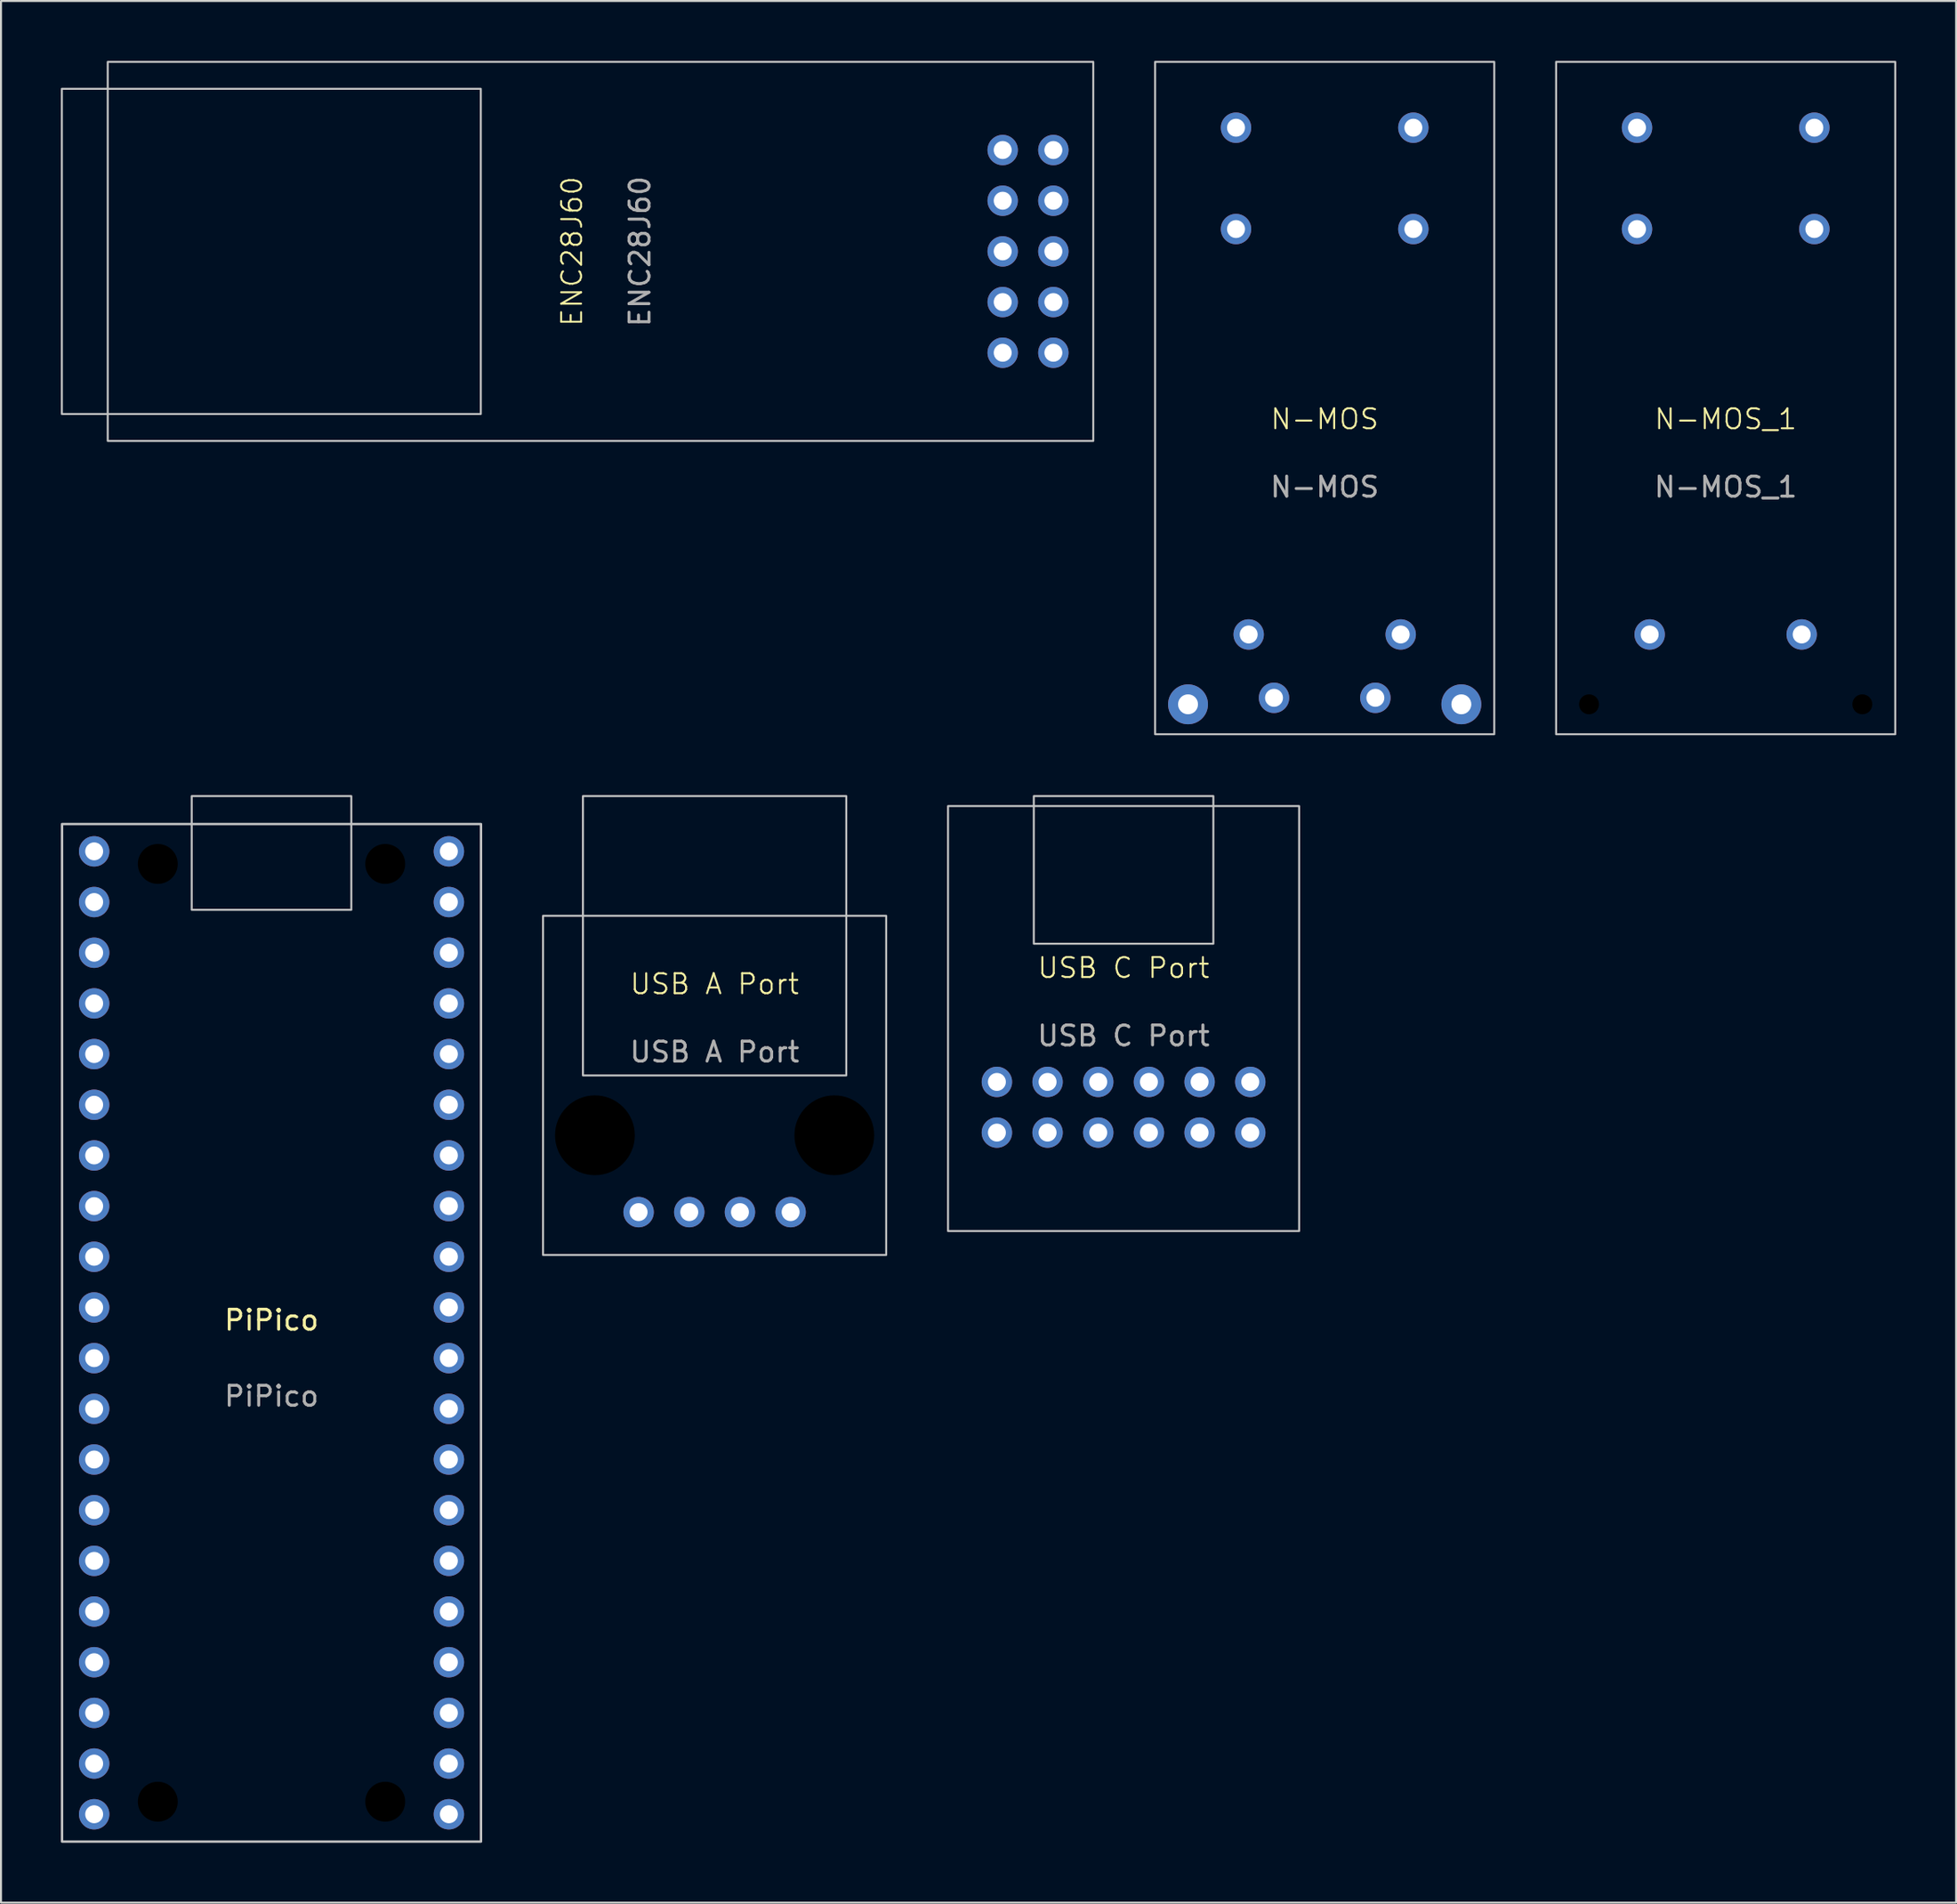
<source format=kicad_pcb>
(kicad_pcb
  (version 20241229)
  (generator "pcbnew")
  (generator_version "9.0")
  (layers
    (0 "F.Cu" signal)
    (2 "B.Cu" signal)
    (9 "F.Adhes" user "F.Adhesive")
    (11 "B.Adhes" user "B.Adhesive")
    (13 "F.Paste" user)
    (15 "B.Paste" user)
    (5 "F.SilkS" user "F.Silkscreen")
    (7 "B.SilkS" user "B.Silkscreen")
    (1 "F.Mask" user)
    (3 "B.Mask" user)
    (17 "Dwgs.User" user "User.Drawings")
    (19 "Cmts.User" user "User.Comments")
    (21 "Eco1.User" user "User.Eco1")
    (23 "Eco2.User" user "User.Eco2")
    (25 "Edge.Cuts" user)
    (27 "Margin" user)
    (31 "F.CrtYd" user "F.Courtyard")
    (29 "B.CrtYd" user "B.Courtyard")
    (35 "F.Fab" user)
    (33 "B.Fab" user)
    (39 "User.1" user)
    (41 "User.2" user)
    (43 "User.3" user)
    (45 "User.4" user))
  (footprint "USB C Port"
    (layer "F.Cu")
    (at 53.27 48)
    (property "Reference" "USB C Port" (at 0 -2.54 0) (unlocked yes) (layer "F.SilkS") (effects (font (size 1 1) (thickness 0.1))))
    (attr through_hole)
    (fp_rect (start -8.8 -10.65) (end 8.8 10.65) (stroke (width 0.1) (type default)) (fill no) (layer "Dwgs.User"))
    (fp_rect (start -4.5 -11.15) (end 4.5 -3.75) (stroke (width 0.1) (type default)) (fill no) (layer "Dwgs.User"))
    (fp_text user "${REFERENCE}" (at 0 0.865 0) (unlocked yes) (layer "F.Fab") (effects (font (size 1 1) (thickness 0.15))))
    (pad "A1" thru_hole circle (at -6.35 3.175) (size 1.524 1.524) (drill 0.9) (layers "*.Cu" "*.Mask"))
    (pad "A1" thru_hole circle (at -6.35 5.715) (size 1.524 1.524) (drill 0.9) (layers "*.Cu" "*.Mask"))
    (pad "A4" thru_hole circle (at 6.35 3.175) (size 1.524 1.524) (drill 0.9) (layers "*.Cu" "*.Mask"))
    (pad "A4" thru_hole circle (at 6.35 5.715) (size 1.524 1.524) (drill 0.9) (layers "*.Cu" "*.Mask"))
    (pad "A5" thru_hole circle (at 3.81 3.175) (size 1.524 1.524) (drill 0.9) (layers "*.Cu" "*.Mask"))
    (pad "A6" thru_hole circle (at 1.27 3.175) (size 1.524 1.524) (drill 0.9) (layers "*.Cu" "*.Mask"))
    (pad "A7" thru_hole circle (at -1.27 3.175) (size 1.524 1.524) (drill 0.9) (layers "*.Cu" "*.Mask"))
    (pad "A8" thru_hole circle (at -3.81 3.175) (size 1.524 1.524) (drill 0.9) (layers "*.Cu" "*.Mask"))
    (pad "B5" thru_hole circle (at -3.81 5.715) (size 1.524 1.524) (drill 0.9) (layers "*.Cu" "*.Mask"))
    (pad "B6" thru_hole circle (at -1.27 5.715) (size 1.524 1.524) (drill 0.9) (layers "*.Cu" "*.Mask"))
    (pad "B7" thru_hole circle (at 1.27 5.715) (size 1.524 1.524) (drill 0.9) (layers "*.Cu" "*.Mask"))
    (pad "B8" thru_hole circle (at 3.81 5.715) (size 1.524 1.524) (drill 0.9) (layers "*.Cu" "*.Mask")))
  (footprint "PiPico"
    (layer "F.Cu")
    (at 10.56 63.75)
    (property "Reference" "PiPico" (at 0 -0.635 0) (unlocked yes) (layer "F.SilkS") (effects (font (size 1 1) (thickness 0.15))))
    (attr through_hole)
    (fp_rect (start -10.5 -25.5) (end 10.5 25.5) (stroke (width 0.12) (type solid)) (fill no) (layer "Dwgs.User"))
    (fp_rect (start -4 -26.9) (end 4 -21.2) (stroke (width 0.1) (type default)) (fill no) (layer "Dwgs.User"))
    (fp_text user "${REFERENCE}" (at 0 3.175 0) (unlocked yes) (layer "F.Fab") (effects (font (size 1 1) (thickness 0.15))))
    (pad "" np_thru_hole circle (at -5.7 -23.5) (size 2.5 2.5) (drill 2) (layers "*.Mask"))
    (pad "" np_thru_hole circle (at -5.7 23.5) (size 2.5 2.5) (drill 2) (layers "*.Mask"))
    (pad "" np_thru_hole circle (at 5.7 -23.5) (size 2.5 2.5) (drill 2) (layers "*.Mask"))
    (pad "" np_thru_hole circle (at 5.7 23.5) (size 2.5 2.5) (drill 2) (layers "*.Mask"))
    (pad "1" thru_hole circle (at -8.89 -24.13) (size 1.524 1.524) (drill 0.9) (layers "*.Cu" "*.Mask"))
    (pad "2" thru_hole circle (at -8.89 -21.59) (size 1.524 1.524) (drill 0.9) (layers "*.Cu" "*.Mask"))
    (pad "3" thru_hole circle (at -8.89 -19.05) (size 1.524 1.524) (drill 0.9) (layers "*.Cu" "*.Mask"))
    (pad "4" thru_hole circle (at -8.89 -16.51) (size 1.524 1.524) (drill 0.9) (layers "*.Cu" "*.Mask"))
    (pad "5" thru_hole circle (at -8.89 -13.97) (size 1.524 1.524) (drill 0.9) (layers "*.Cu" "*.Mask"))
    (pad "6" thru_hole circle (at -8.89 -11.43) (size 1.524 1.524) (drill 0.9) (layers "*.Cu" "*.Mask"))
    (pad "7" thru_hole circle (at -8.89 -8.89) (size 1.524 1.524) (drill 0.9) (layers "*.Cu" "*.Mask"))
    (pad "8" thru_hole circle (at -8.89 -6.35) (size 1.524 1.524) (drill 0.9) (layers "*.Cu" "*.Mask"))
    (pad "9" thru_hole circle (at -8.89 -3.81) (size 1.524 1.524) (drill 0.9) (layers "*.Cu" "*.Mask"))
    (pad "10" thru_hole circle (at -8.89 -1.27) (size 1.524 1.524) (drill 0.9) (layers "*.Cu" "*.Mask"))
    (pad "11" thru_hole circle (at -8.89 1.27) (size 1.524 1.524) (drill 0.9) (layers "*.Cu" "*.Mask"))
    (pad "12" thru_hole circle (at -8.89 3.81) (size 1.524 1.524) (drill 0.9) (layers "*.Cu" "*.Mask"))
    (pad "13" thru_hole circle (at -8.89 6.35) (size 1.524 1.524) (drill 0.9) (layers "*.Cu" "*.Mask"))
    (pad "14" thru_hole circle (at -8.89 8.89) (size 1.524 1.524) (drill 0.9) (layers "*.Cu" "*.Mask"))
    (pad "15" thru_hole circle (at -8.89 11.43) (size 1.524 1.524) (drill 0.9) (layers "*.Cu" "*.Mask"))
    (pad "16" thru_hole circle (at -8.89 13.97) (size 1.524 1.524) (drill 0.9) (layers "*.Cu" "*.Mask"))
    (pad "17" thru_hole circle (at -8.89 16.51) (size 1.524 1.524) (drill 0.9) (layers "*.Cu" "*.Mask"))
    (pad "18" thru_hole circle (at -8.89 19.05) (size 1.524 1.524) (drill 0.9) (layers "*.Cu" "*.Mask"))
    (pad "19" thru_hole circle (at -8.89 21.59) (size 1.524 1.524) (drill 0.9) (layers "*.Cu" "*.Mask"))
    (pad "20" thru_hole circle (at -8.89 24.13) (size 1.524 1.524) (drill 0.9) (layers "*.Cu" "*.Mask"))
    (pad "21" thru_hole circle (at 8.89 24.13) (size 1.524 1.524) (drill 0.9) (layers "*.Cu" "*.Mask"))
    (pad "22" thru_hole circle (at 8.89 21.59) (size 1.524 1.524) (drill 0.9) (layers "*.Cu" "*.Mask"))
    (pad "23" thru_hole circle (at 8.89 19.05) (size 1.524 1.524) (drill 0.9) (layers "*.Cu" "*.Mask"))
    (pad "24" thru_hole circle (at 8.89 16.51) (size 1.524 1.524) (drill 0.9) (layers "*.Cu" "*.Mask"))
    (pad "25" thru_hole circle (at 8.89 13.97) (size 1.524 1.524) (drill 0.9) (layers "*.Cu" "*.Mask"))
    (pad "26" thru_hole circle (at 8.89 11.43) (size 1.524 1.524) (drill 0.9) (layers "*.Cu" "*.Mask"))
    (pad "27" thru_hole circle (at 8.89 8.89) (size 1.524 1.524) (drill 0.9) (layers "*.Cu" "*.Mask"))
    (pad "28" thru_hole circle (at 8.89 6.35) (size 1.524 1.524) (drill 0.9) (layers "*.Cu" "*.Mask"))
    (pad "29" thru_hole circle (at 8.89 3.81) (size 1.524 1.524) (drill 0.9) (layers "*.Cu" "*.Mask"))
    (pad "30" thru_hole circle (at 8.89 1.27) (size 1.524 1.524) (drill 0.9) (layers "*.Cu" "*.Mask"))
    (pad "31" thru_hole circle (at 8.89 -1.27) (size 1.524 1.524) (drill 0.9) (layers "*.Cu" "*.Mask"))
    (pad "32" thru_hole circle (at 8.89 -3.81) (size 1.524 1.524) (drill 0.9) (layers "*.Cu" "*.Mask"))
    (pad "33" thru_hole circle (at 8.89 -6.35) (size 1.524 1.524) (drill 0.9) (layers "*.Cu" "*.Mask"))
    (pad "34" thru_hole circle (at 8.89 -8.89) (size 1.524 1.524) (drill 0.9) (layers "*.Cu" "*.Mask"))
    (pad "35" thru_hole circle (at 8.89 -11.43) (size 1.524 1.524) (drill 0.9) (layers "*.Cu" "*.Mask"))
    (pad "36" thru_hole circle (at 8.89 -13.97) (size 1.524 1.524) (drill 0.9) (layers "*.Cu" "*.Mask"))
    (pad "37" thru_hole circle (at 8.89 -16.51) (size 1.524 1.524) (drill 0.9) (layers "*.Cu" "*.Mask"))
    (pad "38" thru_hole circle (at 8.89 -19.05) (size 1.524 1.524) (drill 0.9) (layers "*.Cu" "*.Mask"))
    (pad "39" thru_hole circle (at 8.89 -21.59) (size 1.524 1.524) (drill 0.9) (layers "*.Cu" "*.Mask"))
    (pad "40" thru_hole circle (at 8.89 -24.13) (size 1.524 1.524) (drill 0.9) (layers "*.Cu" "*.Mask")))
  (footprint "ENC28J60"
    (layer "F.Cu")
    (at 49.75 9.55)
    (property "Reference" "ENC28J60" (at -24.13 0 90) (unlocked yes) (layer "F.SilkS") (effects (font (size 1 1) (thickness 0.1))))
    (attr through_hole)
    (fp_rect (start -49.7 -8.15) (end -28.7 8.15) (stroke (width 0.1) (type default)) (fill no) (layer "Dwgs.User"))
    (fp_rect (start -47.4 -9.5) (end 2 9.5) (stroke (width 0.1) (type default)) (fill no) (layer "Dwgs.User"))
    (fp_text user "${REFERENCE}" (at -20.725 0 90) (unlocked yes) (layer "F.Fab") (effects (font (size 1 1) (thickness 0.15))))
    (pad "1" thru_hole circle (at -2.54 -5.08) (size 1.524 1.524) (drill 0.9) (layers "*.Cu" "*.Mask"))
    (pad "2" thru_hole circle (at 0 -5.08) (size 1.524 1.524) (drill 0.9) (layers "*.Cu" "*.Mask"))
    (pad "3" thru_hole circle (at -2.54 -2.54) (size 1.524 1.524) (drill 0.9) (layers "*.Cu" "*.Mask"))
    (pad "4" thru_hole circle (at 0 -2.54) (size 1.524 1.524) (drill 0.9) (layers "*.Cu" "*.Mask"))
    (pad "5" thru_hole circle (at -2.54 0) (size 1.524 1.524) (drill 0.9) (layers "*.Cu" "*.Mask"))
    (pad "6" thru_hole circle (at 0 0) (size 1.524 1.524) (drill 0.9) (layers "*.Cu" "*.Mask"))
    (pad "7" thru_hole circle (at -2.54 2.54) (size 1.524 1.524) (drill 0.9) (layers "*.Cu" "*.Mask"))
    (pad "8" thru_hole circle (at 0 2.54) (size 1.524 1.524) (drill 0.9) (layers "*.Cu" "*.Mask"))
    (pad "9" thru_hole circle (at -2.54 5.08) (size 1.524 1.524) (drill 0.9) (layers "*.Cu" "*.Mask"))
    (pad "10" thru_hole circle (at 0 5.08) (size 1.524 1.524) (drill 0.9) (layers "*.Cu" "*.Mask")))
  (footprint "N-MOS_1"
    (layer "F.Cu")
    (at 83.45 18.59)
    (property "Reference" "N-MOS_1" (at 0 -0.635 0) (unlocked yes) (layer "F.SilkS") (effects (font (size 1 1) (thickness 0.1))))
    (attr through_hole)
    (fp_rect (start -8.5 -18.54) (end 8.5 15.16) (stroke (width 0.1) (type default)) (fill no) (layer "Dwgs.User"))
    (fp_text user "${REFERENCE}" (at 0 2.77 0) (unlocked yes) (layer "F.Fab") (effects (font (size 1 1) (thickness 0.15))))
    (pad "" np_thru_hole circle (at -6.85 13.66) (size 1.5 1.5) (drill 1) (layers "*.Mask"))
    (pad "" np_thru_hole circle (at 6.85 13.66) (size 1.5 1.5) (drill 1) (layers "*.Mask"))
    (pad "G" thru_hole circle (at 3.81 10.16) (size 1.524 1.524) (drill 0.9) (layers "*.Cu" "*.Mask"))
    (pad "I+" thru_hole circle (at 4.445 -15.24) (size 1.524 1.524) (drill 0.9) (layers "*.Cu" "*.Mask"))
    (pad "I-" thru_hole circle (at 4.445 -10.16) (size 1.524 1.524) (drill 0.9) (layers "*.Cu" "*.Mask"))
    (pad "O+" thru_hole circle (at -4.445 -15.24) (size 1.524 1.524) (drill 0.9) (layers "*.Cu" "*.Mask"))
    (pad "O-" thru_hole circle (at -4.445 -10.16) (size 1.524 1.524) (drill 0.9) (layers "*.Cu" "*.Mask"))
    (pad "T" thru_hole circle (at -3.81 10.16) (size 1.524 1.524) (drill 0.9) (layers "*.Cu" "*.Mask")))
  (footprint "USB A Port"
    (layer "F.Cu")
    (at 32.77 51.35)
    (property "Reference" "USB A Port" (at 0 -5.08 0) (unlocked yes) (layer "F.SilkS") (effects (font (size 1 1) (thickness 0.1))))
    (attr through_hole)
    (fp_rect (start -8.6 -8.5) (end 8.6 8.5) (stroke (width 0.1) (type default)) (fill no) (layer "Dwgs.User"))
    (fp_rect (start -6.6 -14.5) (end 6.6 -0.5) (stroke (width 0.1) (type default)) (fill no) (layer "Dwgs.User"))
    (fp_text user "${REFERENCE}" (at 0 -1.675 0) (unlocked yes) (layer "F.Fab") (effects (font (size 1 1) (thickness 0.15))))
    (pad "" np_thru_hole circle (at -6 2.5) (size 4.5 4.5) (drill 4) (layers "*.Mask"))
    (pad "" np_thru_hole circle (at 6 2.5) (size 4.5 4.5) (drill 4) (layers "*.Mask"))
    (pad "1" thru_hole circle (at 3.81 6.35) (size 1.524 1.524) (drill 0.9) (layers "*.Cu" "*.Mask"))
    (pad "2" thru_hole circle (at 1.27 6.35) (size 1.524 1.524) (drill 0.9) (layers "*.Cu" "*.Mask"))
    (pad "3" thru_hole circle (at -1.27 6.35) (size 1.524 1.524) (drill 0.9) (layers "*.Cu" "*.Mask"))
    (pad "4" thru_hole circle (at -3.81 6.35) (size 1.524 1.524) (drill 0.9) (layers "*.Cu" "*.Mask")))
  (footprint "N-MOS"
    (layer "F.Cu")
    (at 63.35 18.59)
    (property "Reference" "N-MOS" (at 0 -0.635 0) (unlocked yes) (layer "F.SilkS") (effects (font (size 1 1) (thickness 0.1))))
    (attr through_hole)
    (fp_rect (start -8.5 -18.54) (end 8.5 15.16) (stroke (width 0.1) (type default)) (fill no) (layer "Dwgs.User"))
    (fp_text user "${REFERENCE}" (at 0 2.77 0) (unlocked yes) (layer "F.Fab") (effects (font (size 1 1) (thickness 0.15))))
    (pad "" np_thru_hole circle (at -6.85 13.66) (size 2 2) (drill 1) (layers "*.Cu" "*.Mask"))
    (pad "" np_thru_hole circle (at 6.85 13.66) (size 2 2) (drill 1) (layers "*.Cu" "*.Mask"))
    (pad "G" thru_hole circle (at 2.54 13.335) (size 1.524 1.524) (drill 0.9) (layers "*.Cu" "*.Mask"))
    (pad "G" thru_hole circle (at 3.81 10.16) (size 1.524 1.524) (drill 0.9) (layers "*.Cu" "*.Mask"))
    (pad "I+" thru_hole circle (at 4.445 -15.24) (size 1.524 1.524) (drill 0.9) (layers "*.Cu" "*.Mask"))
    (pad "I-" thru_hole circle (at 4.445 -10.16) (size 1.524 1.524) (drill 0.9) (layers "*.Cu" "*.Mask"))
    (pad "O+" thru_hole circle (at -4.445 -15.24) (size 1.524 1.524) (drill 0.9) (layers "*.Cu" "*.Mask"))
    (pad "O-" thru_hole circle (at -4.445 -10.16) (size 1.524 1.524) (drill 0.9) (layers "*.Cu" "*.Mask"))
    (pad "T" thru_hole circle (at -3.81 10.16) (size 1.524 1.524) (drill 0.9) (layers "*.Cu" "*.Mask"))
    (pad "T" thru_hole circle (at -2.54 13.335) (size 1.524 1.524) (drill 0.9) (layers "*.Cu" "*.Mask")))
  (gr_rect
    (start -3 -3)
    (end 95 92.31)
    (stroke (width 0.1) (type default))
    (fill no)
    (layer "Edge.Cuts")))
</source>
